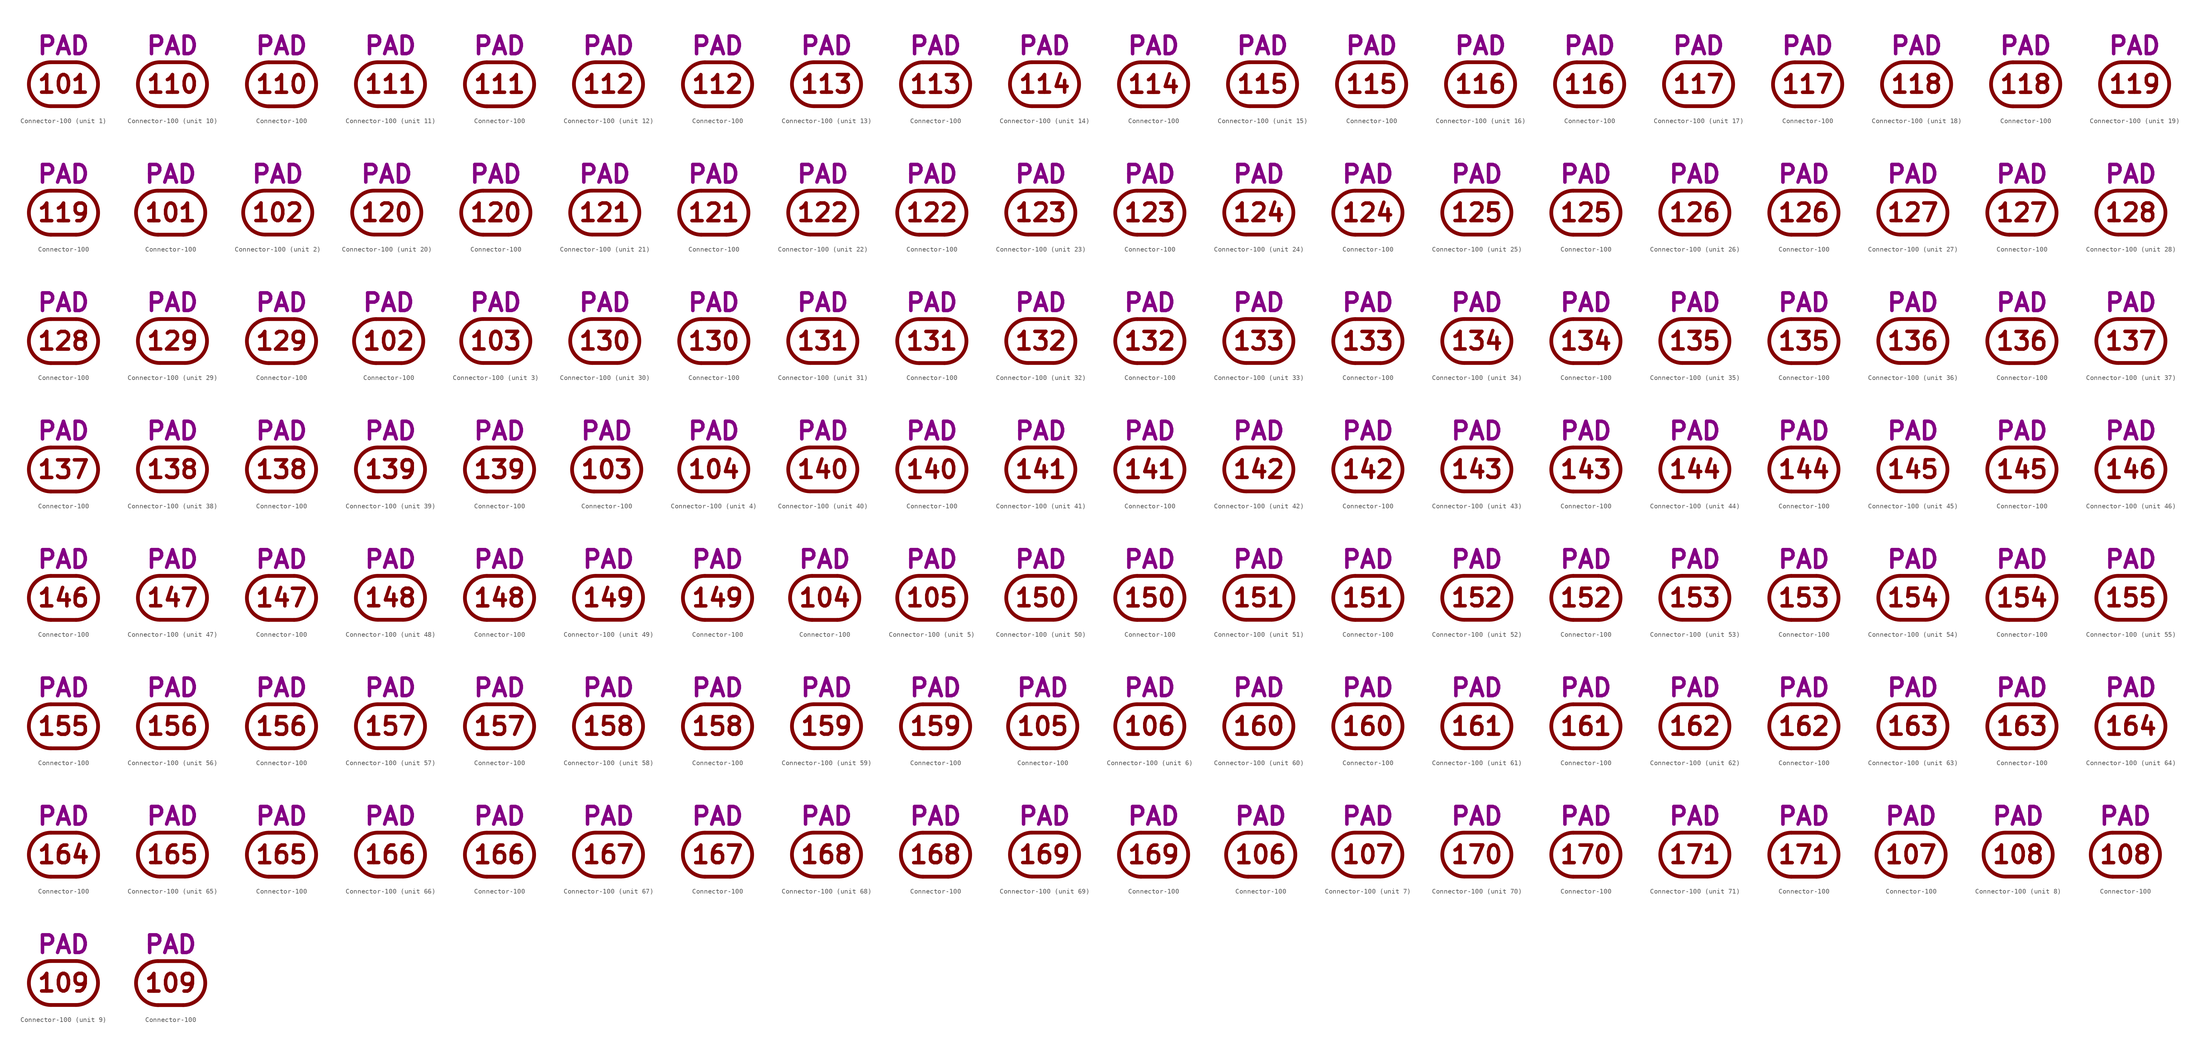
<source format=kicad_sym>
(kicad_symbol_lib
  (version 20211014)
  (generator kicad_symbol_editor)
  (symbol "Connector-100"
    (pin_numbers hide)
    (pin_names
      (offset 0) hide)
    (property "Reference" "J"
      (at 0 8.255 0)
      (effects (font (size 3.556 3.556)) hide))
    (property "Caption" "PAD"
      (at 0 5.715 0)
      (effects (font (size 3.556 3.556) bold) (justify bottom)))
    (property "ki_locked" ""
      (at 0 0 0)
      (effects (font (size 1.27 1.27))))
    (symbol "Connector-100_0_0"
      (arc (start -2.54 4.445) (mid -6.985 0) (end -2.54 -4.445) (stroke (width 0.762) (type default) (color 0 0 0 0)) (fill (type none)))
      (polyline (pts (xy -2.54 -4.445) (xy 2.54 -4.445)) (stroke (width 0.762) (type default) (color 0 0 0 0)) (fill (type none)))
      (polyline (pts (xy -2.54 4.445) (xy 2.54 4.445)) (stroke (width 0.762) (type default) (color 0 0 0 0)) (fill (type none)))
      (arc (start 2.54 -4.445) (mid 6.985 0) (end 2.54 4.445) (stroke (width 0.762) (type default) (color 0 0 0 0)) (fill (type none))))
    (symbol "Connector-100_1_0"
      (text "101" (at 0 0 0) (effects (font (size 3.556 3.556) bold))))
    (symbol "Connector-100_1_1"
      (pin passive line (at 6.985 0 180) (length 0) (name "101" (effects (font (size 3.556 3.556)))) (number "101" (effects (font (size 3.556 3.556))))))
    (symbol "Connector-100_1_2"
      (pin passive line (at 0 4.445 270) (length 0) (name "101" (effects (font (size 3.556 3.556)))) (number "101" (effects (font (size 3.556 3.556))))))
    (symbol "Connector-100_2_0"
      (text "102" (at 0 0 0) (effects (font (size 3.556 3.556) bold))))
    (symbol "Connector-100_2_1"
      (pin passive line (at 6.985 0 180) (length 0) (name "102" (effects (font (size 3.556 3.556)))) (number "102" (effects (font (size 3.556 3.556))))))
    (symbol "Connector-100_2_2"
      (pin passive line (at 0 4.445 270) (length 0) (name "102" (effects (font (size 3.556 3.556)))) (number "102" (effects (font (size 3.556 3.556))))))
    (symbol "Connector-100_3_0"
      (text "103" (at 0 0 0) (effects (font (size 3.556 3.556) bold))))
    (symbol "Connector-100_3_1"
      (pin passive line (at 6.985 0 180) (length 0) (name "103" (effects (font (size 3.556 3.556)))) (number "103" (effects (font (size 3.556 3.556))))))
    (symbol "Connector-100_3_2"
      (pin passive line (at 0 4.445 270) (length 0) (name "103" (effects (font (size 3.556 3.556)))) (number "103" (effects (font (size 3.556 3.556))))))
    (symbol "Connector-100_4_0"
      (text "104" (at 0 0 0) (effects (font (size 3.556 3.556) bold))))
    (symbol "Connector-100_4_1"
      (pin passive line (at 6.985 0 180) (length 0) (name "104" (effects (font (size 3.556 3.556)))) (number "104" (effects (font (size 3.556 3.556))))))
    (symbol "Connector-100_4_2"
      (pin passive line (at 0 4.445 270) (length 0) (name "104" (effects (font (size 3.556 3.556)))) (number "104" (effects (font (size 3.556 3.556))))))
    (symbol "Connector-100_5_0"
      (text "105" (at 0 0 0) (effects (font (size 3.556 3.556) bold))))
    (symbol "Connector-100_5_1"
      (pin passive line (at 6.985 0 180) (length 0) (name "105" (effects (font (size 3.556 3.556)))) (number "105" (effects (font (size 3.556 3.556))))))
    (symbol "Connector-100_5_2"
      (pin passive line (at 0 4.445 270) (length 0) (name "105" (effects (font (size 3.556 3.556)))) (number "105" (effects (font (size 3.556 3.556))))))
    (symbol "Connector-100_6_0"
      (text "106" (at 0 0 0) (effects (font (size 3.556 3.556) bold))))
    (symbol "Connector-100_6_1"
      (pin passive line (at 6.985 0 180) (length 0) (name "106" (effects (font (size 3.556 3.556)))) (number "106" (effects (font (size 3.556 3.556))))))
    (symbol "Connector-100_6_2"
      (pin passive line (at 0 4.445 270) (length 0) (name "106" (effects (font (size 3.556 3.556)))) (number "106" (effects (font (size 3.556 3.556))))))
    (symbol "Connector-100_7_0"
      (text "107" (at 0 0 0) (effects (font (size 3.556 3.556) bold))))
    (symbol "Connector-100_7_1"
      (pin passive line (at 6.985 0 180) (length 0) (name "107" (effects (font (size 3.556 3.556)))) (number "107" (effects (font (size 3.556 3.556))))))
    (symbol "Connector-100_7_2"
      (pin passive line (at 0 4.445 270) (length 0) (name "107" (effects (font (size 3.556 3.556)))) (number "107" (effects (font (size 3.556 3.556))))))
    (symbol "Connector-100_8_0"
      (text "108" (at 0 0 0) (effects (font (size 3.556 3.556) bold))))
    (symbol "Connector-100_8_1"
      (pin passive line (at 6.985 0 180) (length 0) (name "108" (effects (font (size 3.556 3.556)))) (number "108" (effects (font (size 3.556 3.556))))))
    (symbol "Connector-100_8_2"
      (pin passive line (at 0 4.445 270) (length 0) (name "108" (effects (font (size 3.556 3.556)))) (number "108" (effects (font (size 3.556 3.556))))))
    (symbol "Connector-100_9_0"
      (text "109" (at 0 0 0) (effects (font (size 3.556 3.556) bold))))
    (symbol "Connector-100_9_1"
      (pin passive line (at 6.985 0 180) (length 0) (name "109" (effects (font (size 3.556 3.556)))) (number "109" (effects (font (size 3.556 3.556))))))
    (symbol "Connector-100_9_2"
      (pin passive line (at 0 4.445 270) (length 0) (name "109" (effects (font (size 3.556 3.556)))) (number "109" (effects (font (size 3.556 3.556))))))
    (symbol "Connector-100_10_0"
      (text "110" (at 0 0 0) (effects (font (size 3.556 3.556) bold))))
    (symbol "Connector-100_10_1"
      (pin passive line (at 6.985 0 180) (length 0) (name "110" (effects (font (size 3.556 3.556)))) (number "110" (effects (font (size 3.556 3.556))))))
    (symbol "Connector-100_10_2"
      (pin passive line (at 0 4.445 270) (length 0) (name "110" (effects (font (size 3.556 3.556)))) (number "110" (effects (font (size 3.556 3.556))))))
    (symbol "Connector-100_11_0"
      (text "111" (at 0 0 0) (effects (font (size 3.556 3.556) bold))))
    (symbol "Connector-100_11_1"
      (pin passive line (at 6.985 0 180) (length 0) (name "111" (effects (font (size 3.556 3.556)))) (number "111" (effects (font (size 3.556 3.556))))))
    (symbol "Connector-100_11_2"
      (pin passive line (at 0 4.445 270) (length 0) (name "111" (effects (font (size 3.556 3.556)))) (number "111" (effects (font (size 3.556 3.556))))))
    (symbol "Connector-100_12_0"
      (text "112" (at 0 0 0) (effects (font (size 3.556 3.556) bold))))
    (symbol "Connector-100_12_1"
      (pin passive line (at 6.985 0 180) (length 0) (name "112" (effects (font (size 3.556 3.556)))) (number "112" (effects (font (size 3.556 3.556))))))
    (symbol "Connector-100_12_2"
      (pin passive line (at 0 4.445 270) (length 0) (name "112" (effects (font (size 3.556 3.556)))) (number "112" (effects (font (size 3.556 3.556))))))
    (symbol "Connector-100_13_0"
      (text "113" (at 0 0 0) (effects (font (size 3.556 3.556) bold))))
    (symbol "Connector-100_13_1"
      (pin passive line (at 6.985 0 180) (length 0) (name "113" (effects (font (size 3.556 3.556)))) (number "113" (effects (font (size 3.556 3.556))))))
    (symbol "Connector-100_13_2"
      (pin passive line (at 0 4.445 270) (length 0) (name "113" (effects (font (size 3.556 3.556)))) (number "113" (effects (font (size 3.556 3.556))))))
    (symbol "Connector-100_14_0"
      (text "114" (at 0 0 0) (effects (font (size 3.556 3.556) bold))))
    (symbol "Connector-100_14_1"
      (pin passive line (at 6.985 0 180) (length 0) (name "114" (effects (font (size 3.556 3.556)))) (number "114" (effects (font (size 3.556 3.556))))))
    (symbol "Connector-100_14_2"
      (pin passive line (at 0 4.445 270) (length 0) (name "114" (effects (font (size 3.556 3.556)))) (number "114" (effects (font (size 3.556 3.556))))))
    (symbol "Connector-100_15_0"
      (text "115" (at 0 0 0) (effects (font (size 3.556 3.556) bold))))
    (symbol "Connector-100_15_1"
      (pin passive line (at 6.985 0 180) (length 0) (name "115" (effects (font (size 3.556 3.556)))) (number "115" (effects (font (size 3.556 3.556))))))
    (symbol "Connector-100_15_2"
      (pin passive line (at 0 4.445 270) (length 0) (name "115" (effects (font (size 3.556 3.556)))) (number "115" (effects (font (size 3.556 3.556))))))
    (symbol "Connector-100_16_0"
      (text "116" (at 0 0 0) (effects (font (size 3.556 3.556) bold))))
    (symbol "Connector-100_16_1"
      (pin passive line (at 6.985 0 180) (length 0) (name "116" (effects (font (size 3.556 3.556)))) (number "116" (effects (font (size 3.556 3.556))))))
    (symbol "Connector-100_16_2"
      (pin passive line (at 0 4.445 270) (length 0) (name "116" (effects (font (size 3.556 3.556)))) (number "116" (effects (font (size 3.556 3.556))))))
    (symbol "Connector-100_17_0"
      (text "117" (at 0 0 0) (effects (font (size 3.556 3.556) bold))))
    (symbol "Connector-100_17_1"
      (pin passive line (at 6.985 0 180) (length 0) (name "117" (effects (font (size 3.556 3.556)))) (number "117" (effects (font (size 3.556 3.556))))))
    (symbol "Connector-100_17_2"
      (pin passive line (at 0 4.445 270) (length 0) (name "117" (effects (font (size 3.556 3.556)))) (number "117" (effects (font (size 3.556 3.556))))))
    (symbol "Connector-100_18_0"
      (text "118" (at 0 0 0) (effects (font (size 3.556 3.556) bold))))
    (symbol "Connector-100_18_1"
      (pin passive line (at 6.985 0 180) (length 0) (name "118" (effects (font (size 3.556 3.556)))) (number "118" (effects (font (size 3.556 3.556))))))
    (symbol "Connector-100_18_2"
      (pin passive line (at 0 4.445 270) (length 0) (name "118" (effects (font (size 3.556 3.556)))) (number "118" (effects (font (size 3.556 3.556))))))
    (symbol "Connector-100_19_0"
      (text "119" (at 0 0 0) (effects (font (size 3.556 3.556) bold))))
    (symbol "Connector-100_19_1"
      (pin passive line (at 6.985 0 180) (length 0) (name "119" (effects (font (size 3.556 3.556)))) (number "119" (effects (font (size 3.556 3.556))))))
    (symbol "Connector-100_19_2"
      (pin passive line (at 0 4.445 270) (length 0) (name "119" (effects (font (size 3.556 3.556)))) (number "119" (effects (font (size 3.556 3.556))))))
    (symbol "Connector-100_20_0"
      (text "120" (at 0 0 0) (effects (font (size 3.556 3.556) bold))))
    (symbol "Connector-100_20_1"
      (pin passive line (at 6.985 0 180) (length 0) (name "120" (effects (font (size 3.556 3.556)))) (number "120" (effects (font (size 3.556 3.556))))))
    (symbol "Connector-100_20_2"
      (pin passive line (at 0 4.445 270) (length 0) (name "120" (effects (font (size 3.556 3.556)))) (number "120" (effects (font (size 3.556 3.556))))))
    (symbol "Connector-100_21_0"
      (text "121" (at 0 0 0) (effects (font (size 3.556 3.556) bold))))
    (symbol "Connector-100_21_1"
      (pin passive line (at 6.985 0 180) (length 0) (name "121" (effects (font (size 3.556 3.556)))) (number "121" (effects (font (size 3.556 3.556))))))
    (symbol "Connector-100_21_2"
      (pin passive line (at 0 4.445 270) (length 0) (name "121" (effects (font (size 3.556 3.556)))) (number "121" (effects (font (size 3.556 3.556))))))
    (symbol "Connector-100_22_0"
      (text "122" (at 0 0 0) (effects (font (size 3.556 3.556) bold))))
    (symbol "Connector-100_22_1"
      (pin passive line (at 6.985 0 180) (length 0) (name "122" (effects (font (size 3.556 3.556)))) (number "122" (effects (font (size 3.556 3.556))))))
    (symbol "Connector-100_22_2"
      (pin passive line (at 0 4.445 270) (length 0) (name "122" (effects (font (size 3.556 3.556)))) (number "122" (effects (font (size 3.556 3.556))))))
    (symbol "Connector-100_23_0"
      (text "123" (at 0 0 0) (effects (font (size 3.556 3.556) bold))))
    (symbol "Connector-100_23_1"
      (pin passive line (at 6.985 0 180) (length 0) (name "123" (effects (font (size 3.556 3.556)))) (number "123" (effects (font (size 3.556 3.556))))))
    (symbol "Connector-100_23_2"
      (pin passive line (at 0 4.445 270) (length 0) (name "123" (effects (font (size 3.556 3.556)))) (number "123" (effects (font (size 3.556 3.556))))))
    (symbol "Connector-100_24_0"
      (text "124" (at 0 0 0) (effects (font (size 3.556 3.556) bold))))
    (symbol "Connector-100_24_1"
      (pin passive line (at 6.985 0 180) (length 0) (name "124" (effects (font (size 3.556 3.556)))) (number "124" (effects (font (size 3.556 3.556))))))
    (symbol "Connector-100_24_2"
      (pin passive line (at 0 4.445 270) (length 0) (name "124" (effects (font (size 3.556 3.556)))) (number "124" (effects (font (size 3.556 3.556))))))
    (symbol "Connector-100_25_0"
      (text "125" (at 0 0 0) (effects (font (size 3.556 3.556) bold))))
    (symbol "Connector-100_25_1"
      (pin passive line (at 6.985 0 180) (length 0) (name "125" (effects (font (size 3.556 3.556)))) (number "125" (effects (font (size 3.556 3.556))))))
    (symbol "Connector-100_25_2"
      (pin passive line (at 0 4.445 270) (length 0) (name "125" (effects (font (size 3.556 3.556)))) (number "125" (effects (font (size 3.556 3.556))))))
    (symbol "Connector-100_26_0"
      (text "126" (at 0 0 0) (effects (font (size 3.556 3.556) bold))))
    (symbol "Connector-100_26_1"
      (pin passive line (at 6.985 0 180) (length 0) (name "126" (effects (font (size 3.556 3.556)))) (number "126" (effects (font (size 3.556 3.556))))))
    (symbol "Connector-100_26_2"
      (pin passive line (at 0 4.445 270) (length 0) (name "126" (effects (font (size 3.556 3.556)))) (number "126" (effects (font (size 3.556 3.556))))))
    (symbol "Connector-100_27_0"
      (text "127" (at 0 0 0) (effects (font (size 3.556 3.556) bold))))
    (symbol "Connector-100_27_1"
      (pin passive line (at 6.985 0 180) (length 0) (name "127" (effects (font (size 3.556 3.556)))) (number "127" (effects (font (size 3.556 3.556))))))
    (symbol "Connector-100_27_2"
      (pin passive line (at 0 4.445 270) (length 0) (name "127" (effects (font (size 3.556 3.556)))) (number "127" (effects (font (size 3.556 3.556))))))
    (symbol "Connector-100_28_0"
      (text "128" (at 0 0 0) (effects (font (size 3.556 3.556) bold))))
    (symbol "Connector-100_28_1"
      (pin passive line (at 6.985 0 180) (length 0) (name "128" (effects (font (size 3.556 3.556)))) (number "128" (effects (font (size 3.556 3.556))))))
    (symbol "Connector-100_28_2"
      (pin passive line (at 0 4.445 270) (length 0) (name "128" (effects (font (size 3.556 3.556)))) (number "128" (effects (font (size 3.556 3.556))))))
    (symbol "Connector-100_29_0"
      (text "129" (at 0 0 0) (effects (font (size 3.556 3.556) bold))))
    (symbol "Connector-100_29_1"
      (pin passive line (at 6.985 0 180) (length 0) (name "129" (effects (font (size 3.556 3.556)))) (number "129" (effects (font (size 3.556 3.556))))))
    (symbol "Connector-100_29_2"
      (pin passive line (at 0 4.445 270) (length 0) (name "129" (effects (font (size 3.556 3.556)))) (number "129" (effects (font (size 3.556 3.556))))))
    (symbol "Connector-100_30_0"
      (text "130" (at 0 0 0) (effects (font (size 3.556 3.556) bold))))
    (symbol "Connector-100_30_1"
      (pin passive line (at 6.985 0 180) (length 0) (name "130" (effects (font (size 3.556 3.556)))) (number "130" (effects (font (size 3.556 3.556))))))
    (symbol "Connector-100_30_2"
      (pin passive line (at 0 4.445 270) (length 0) (name "130" (effects (font (size 3.556 3.556)))) (number "130" (effects (font (size 3.556 3.556))))))
    (symbol "Connector-100_31_0"
      (text "131" (at 0 0 0) (effects (font (size 3.556 3.556) bold))))
    (symbol "Connector-100_31_1"
      (pin passive line (at 6.985 0 180) (length 0) (name "131" (effects (font (size 3.556 3.556)))) (number "131" (effects (font (size 3.556 3.556))))))
    (symbol "Connector-100_31_2"
      (pin passive line (at 0 4.445 270) (length 0) (name "131" (effects (font (size 3.556 3.556)))) (number "131" (effects (font (size 3.556 3.556))))))
    (symbol "Connector-100_32_0"
      (text "132" (at 0 0 0) (effects (font (size 3.556 3.556) bold))))
    (symbol "Connector-100_32_1"
      (pin passive line (at 6.985 0 180) (length 0) (name "132" (effects (font (size 3.556 3.556)))) (number "132" (effects (font (size 3.556 3.556))))))
    (symbol "Connector-100_32_2"
      (pin passive line (at 0 4.445 270) (length 0) (name "132" (effects (font (size 3.556 3.556)))) (number "132" (effects (font (size 3.556 3.556))))))
    (symbol "Connector-100_33_0"
      (text "133" (at 0 0 0) (effects (font (size 3.556 3.556) bold))))
    (symbol "Connector-100_33_1"
      (pin passive line (at 6.985 0 180) (length 0) (name "133" (effects (font (size 3.556 3.556)))) (number "133" (effects (font (size 3.556 3.556))))))
    (symbol "Connector-100_33_2"
      (pin passive line (at 0 4.445 270) (length 0) (name "133" (effects (font (size 3.556 3.556)))) (number "133" (effects (font (size 3.556 3.556))))))
    (symbol "Connector-100_34_0"
      (text "134" (at 0 0 0) (effects (font (size 3.556 3.556) bold))))
    (symbol "Connector-100_34_1"
      (pin passive line (at 6.985 0 180) (length 0) (name "134" (effects (font (size 3.556 3.556)))) (number "134" (effects (font (size 3.556 3.556))))))
    (symbol "Connector-100_34_2"
      (pin passive line (at 0 4.445 270) (length 0) (name "134" (effects (font (size 3.556 3.556)))) (number "134" (effects (font (size 3.556 3.556))))))
    (symbol "Connector-100_35_0"
      (text "135" (at 0 0 0) (effects (font (size 3.556 3.556) bold))))
    (symbol "Connector-100_35_1"
      (pin passive line (at 6.985 0 180) (length 0) (name "135" (effects (font (size 3.556 3.556)))) (number "135" (effects (font (size 3.556 3.556))))))
    (symbol "Connector-100_35_2"
      (pin passive line (at 0 4.445 270) (length 0) (name "135" (effects (font (size 3.556 3.556)))) (number "135" (effects (font (size 3.556 3.556))))))
    (symbol "Connector-100_36_0"
      (text "136" (at 0 0 0) (effects (font (size 3.556 3.556) bold))))
    (symbol "Connector-100_36_1"
      (pin passive line (at 6.985 0 180) (length 0) (name "136" (effects (font (size 3.556 3.556)))) (number "136" (effects (font (size 3.556 3.556))))))
    (symbol "Connector-100_36_2"
      (pin passive line (at 0 4.445 270) (length 0) (name "136" (effects (font (size 3.556 3.556)))) (number "136" (effects (font (size 3.556 3.556))))))
    (symbol "Connector-100_37_0"
      (text "137" (at 0 0 0) (effects (font (size 3.556 3.556) bold))))
    (symbol "Connector-100_37_1"
      (pin passive line (at 6.985 0 180) (length 0) (name "137" (effects (font (size 3.556 3.556)))) (number "137" (effects (font (size 3.556 3.556))))))
    (symbol "Connector-100_37_2"
      (pin passive line (at 0 4.445 270) (length 0) (name "137" (effects (font (size 3.556 3.556)))) (number "137" (effects (font (size 3.556 3.556))))))
    (symbol "Connector-100_38_0"
      (text "138" (at 0 0 0) (effects (font (size 3.556 3.556) bold))))
    (symbol "Connector-100_38_1"
      (pin passive line (at 6.985 0 180) (length 0) (name "138" (effects (font (size 3.556 3.556)))) (number "138" (effects (font (size 3.556 3.556))))))
    (symbol "Connector-100_38_2"
      (pin passive line (at 0 4.445 270) (length 0) (name "138" (effects (font (size 3.556 3.556)))) (number "138" (effects (font (size 3.556 3.556))))))
    (symbol "Connector-100_39_0"
      (text "139" (at 0 0 0) (effects (font (size 3.556 3.556) bold))))
    (symbol "Connector-100_39_1"
      (pin passive line (at 6.985 0 180) (length 0) (name "139" (effects (font (size 3.556 3.556)))) (number "139" (effects (font (size 3.556 3.556))))))
    (symbol "Connector-100_39_2"
      (pin passive line (at 0 4.445 270) (length 0) (name "139" (effects (font (size 3.556 3.556)))) (number "139" (effects (font (size 3.556 3.556))))))
    (symbol "Connector-100_40_0"
      (text "140" (at 0 0 0) (effects (font (size 3.556 3.556) bold))))
    (symbol "Connector-100_40_1"
      (pin passive line (at 6.985 0 180) (length 0) (name "140" (effects (font (size 3.556 3.556)))) (number "140" (effects (font (size 3.556 3.556))))))
    (symbol "Connector-100_40_2"
      (pin passive line (at 0 4.445 270) (length 0) (name "140" (effects (font (size 3.556 3.556)))) (number "140" (effects (font (size 3.556 3.556))))))
    (symbol "Connector-100_41_0"
      (text "141" (at 0 0 0) (effects (font (size 3.556 3.556) bold))))
    (symbol "Connector-100_41_1"
      (pin passive line (at 6.985 0 180) (length 0) (name "141" (effects (font (size 3.556 3.556)))) (number "141" (effects (font (size 3.556 3.556))))))
    (symbol "Connector-100_41_2"
      (pin passive line (at 0 4.445 270) (length 0) (name "141" (effects (font (size 3.556 3.556)))) (number "141" (effects (font (size 3.556 3.556))))))
    (symbol "Connector-100_42_0"
      (text "142" (at 0 0 0) (effects (font (size 3.556 3.556) bold))))
    (symbol "Connector-100_42_1"
      (pin passive line (at 6.985 0 180) (length 0) (name "142" (effects (font (size 3.556 3.556)))) (number "142" (effects (font (size 3.556 3.556))))))
    (symbol "Connector-100_42_2"
      (pin passive line (at 0 4.445 270) (length 0) (name "142" (effects (font (size 3.556 3.556)))) (number "142" (effects (font (size 3.556 3.556))))))
    (symbol "Connector-100_43_0"
      (text "143" (at 0 0 0) (effects (font (size 3.556 3.556) bold))))
    (symbol "Connector-100_43_1"
      (pin passive line (at 6.985 0 180) (length 0) (name "143" (effects (font (size 3.556 3.556)))) (number "143" (effects (font (size 3.556 3.556))))))
    (symbol "Connector-100_43_2"
      (pin passive line (at 0 4.445 270) (length 0) (name "143" (effects (font (size 3.556 3.556)))) (number "143" (effects (font (size 3.556 3.556))))))
    (symbol "Connector-100_44_0"
      (text "144" (at 0 0 0) (effects (font (size 3.556 3.556) bold))))
    (symbol "Connector-100_44_1"
      (pin passive line (at 6.985 0 180) (length 0) (name "144" (effects (font (size 3.556 3.556)))) (number "144" (effects (font (size 3.556 3.556))))))
    (symbol "Connector-100_44_2"
      (pin passive line (at 0 4.445 270) (length 0) (name "144" (effects (font (size 3.556 3.556)))) (number "144" (effects (font (size 3.556 3.556))))))
    (symbol "Connector-100_45_0"
      (text "145" (at 0 0 0) (effects (font (size 3.556 3.556) bold))))
    (symbol "Connector-100_45_1"
      (pin passive line (at 6.985 0 180) (length 0) (name "145" (effects (font (size 3.556 3.556)))) (number "145" (effects (font (size 3.556 3.556))))))
    (symbol "Connector-100_45_2"
      (pin passive line (at 0 4.445 270) (length 0) (name "145" (effects (font (size 3.556 3.556)))) (number "145" (effects (font (size 3.556 3.556))))))
    (symbol "Connector-100_46_0"
      (text "146" (at 0 0 0) (effects (font (size 3.556 3.556) bold))))
    (symbol "Connector-100_46_1"
      (pin passive line (at 6.985 0 180) (length 0) (name "146" (effects (font (size 3.556 3.556)))) (number "146" (effects (font (size 3.556 3.556))))))
    (symbol "Connector-100_46_2"
      (pin passive line (at 0 4.445 270) (length 0) (name "146" (effects (font (size 3.556 3.556)))) (number "146" (effects (font (size 3.556 3.556))))))
    (symbol "Connector-100_47_0"
      (text "147" (at 0 0 0) (effects (font (size 3.556 3.556) bold))))
    (symbol "Connector-100_47_1"
      (pin passive line (at 6.985 0 180) (length 0) (name "147" (effects (font (size 3.556 3.556)))) (number "147" (effects (font (size 3.556 3.556))))))
    (symbol "Connector-100_47_2"
      (pin passive line (at 0 4.445 270) (length 0) (name "147" (effects (font (size 3.556 3.556)))) (number "147" (effects (font (size 3.556 3.556))))))
    (symbol "Connector-100_48_0"
      (text "148" (at 0 0 0) (effects (font (size 3.556 3.556) bold))))
    (symbol "Connector-100_48_1"
      (pin passive line (at 6.985 0 180) (length 0) (name "148" (effects (font (size 3.556 3.556)))) (number "148" (effects (font (size 3.556 3.556))))))
    (symbol "Connector-100_48_2"
      (pin passive line (at 0 4.445 270) (length 0) (name "148" (effects (font (size 3.556 3.556)))) (number "148" (effects (font (size 3.556 3.556))))))
    (symbol "Connector-100_49_0"
      (text "149" (at 0 0 0) (effects (font (size 3.556 3.556) bold))))
    (symbol "Connector-100_49_1"
      (pin passive line (at 6.985 0 180) (length 0) (name "149" (effects (font (size 3.556 3.556)))) (number "149" (effects (font (size 3.556 3.556))))))
    (symbol "Connector-100_49_2"
      (pin passive line (at 0 4.445 270) (length 0) (name "149" (effects (font (size 3.556 3.556)))) (number "149" (effects (font (size 3.556 3.556))))))
    (symbol "Connector-100_50_0"
      (text "150" (at 0 0 0) (effects (font (size 3.556 3.556) bold))))
    (symbol "Connector-100_50_1"
      (pin passive line (at 6.985 0 180) (length 0) (name "150" (effects (font (size 3.556 3.556)))) (number "150" (effects (font (size 3.556 3.556))))))
    (symbol "Connector-100_50_2"
      (pin passive line (at 0 4.445 270) (length 0) (name "150" (effects (font (size 3.556 3.556)))) (number "150" (effects (font (size 3.556 3.556))))))
    (symbol "Connector-100_51_0"
      (text "151" (at 0 0 0) (effects (font (size 3.556 3.556) bold))))
    (symbol "Connector-100_51_1"
      (pin passive line (at 6.985 0 180) (length 0) (name "151" (effects (font (size 3.556 3.556)))) (number "151" (effects (font (size 3.556 3.556))))))
    (symbol "Connector-100_51_2"
      (pin passive line (at 0 4.445 270) (length 0) (name "151" (effects (font (size 3.556 3.556)))) (number "151" (effects (font (size 3.556 3.556))))))
    (symbol "Connector-100_52_0"
      (text "152" (at 0 0 0) (effects (font (size 3.556 3.556) bold))))
    (symbol "Connector-100_52_1"
      (pin passive line (at 6.985 0 180) (length 0) (name "152" (effects (font (size 3.556 3.556)))) (number "152" (effects (font (size 3.556 3.556))))))
    (symbol "Connector-100_52_2"
      (pin passive line (at 0 4.445 270) (length 0) (name "152" (effects (font (size 3.556 3.556)))) (number "152" (effects (font (size 3.556 3.556))))))
    (symbol "Connector-100_53_0"
      (text "153" (at 0 0 0) (effects (font (size 3.556 3.556) bold))))
    (symbol "Connector-100_53_1"
      (pin passive line (at 6.985 0 180) (length 0) (name "153" (effects (font (size 3.556 3.556)))) (number "153" (effects (font (size 3.556 3.556))))))
    (symbol "Connector-100_53_2"
      (pin passive line (at 0 4.445 270) (length 0) (name "153" (effects (font (size 3.556 3.556)))) (number "153" (effects (font (size 3.556 3.556))))))
    (symbol "Connector-100_54_0"
      (text "154" (at 0 0 0) (effects (font (size 3.556 3.556) bold))))
    (symbol "Connector-100_54_1"
      (pin passive line (at 6.985 0 180) (length 0) (name "154" (effects (font (size 3.556 3.556)))) (number "154" (effects (font (size 3.556 3.556))))))
    (symbol "Connector-100_54_2"
      (pin passive line (at 0 4.445 270) (length 0) (name "154" (effects (font (size 3.556 3.556)))) (number "154" (effects (font (size 3.556 3.556))))))
    (symbol "Connector-100_55_0"
      (text "155" (at 0 0 0) (effects (font (size 3.556 3.556) bold))))
    (symbol "Connector-100_55_1"
      (pin passive line (at 6.985 0 180) (length 0) (name "155" (effects (font (size 3.556 3.556)))) (number "155" (effects (font (size 3.556 3.556))))))
    (symbol "Connector-100_55_2"
      (pin passive line (at 0 4.445 270) (length 0) (name "155" (effects (font (size 3.556 3.556)))) (number "155" (effects (font (size 3.556 3.556))))))
    (symbol "Connector-100_56_0"
      (text "156" (at 0 0 0) (effects (font (size 3.556 3.556) bold))))
    (symbol "Connector-100_56_1"
      (pin passive line (at 6.985 0 180) (length 0) (name "156" (effects (font (size 3.556 3.556)))) (number "156" (effects (font (size 3.556 3.556))))))
    (symbol "Connector-100_56_2"
      (pin passive line (at 0 4.445 270) (length 0) (name "156" (effects (font (size 3.556 3.556)))) (number "156" (effects (font (size 3.556 3.556))))))
    (symbol "Connector-100_57_0"
      (text "157" (at 0 0 0) (effects (font (size 3.556 3.556) bold))))
    (symbol "Connector-100_57_1"
      (pin passive line (at 6.985 0 180) (length 0) (name "157" (effects (font (size 3.556 3.556)))) (number "157" (effects (font (size 3.556 3.556))))))
    (symbol "Connector-100_57_2"
      (pin passive line (at 0 4.445 270) (length 0) (name "157" (effects (font (size 3.556 3.556)))) (number "157" (effects (font (size 3.556 3.556))))))
    (symbol "Connector-100_58_0"
      (text "158" (at 0 0 0) (effects (font (size 3.556 3.556) bold))))
    (symbol "Connector-100_58_1"
      (pin passive line (at 6.985 0 180) (length 0) (name "158" (effects (font (size 3.556 3.556)))) (number "158" (effects (font (size 3.556 3.556))))))
    (symbol "Connector-100_58_2"
      (pin passive line (at 0 4.445 270) (length 0) (name "158" (effects (font (size 3.556 3.556)))) (number "158" (effects (font (size 3.556 3.556))))))
    (symbol "Connector-100_59_0"
      (text "159" (at 0 0 0) (effects (font (size 3.556 3.556) bold))))
    (symbol "Connector-100_59_1"
      (pin passive line (at 6.985 0 180) (length 0) (name "159" (effects (font (size 3.556 3.556)))) (number "159" (effects (font (size 3.556 3.556))))))
    (symbol "Connector-100_59_2"
      (pin passive line (at 0 4.445 270) (length 0) (name "159" (effects (font (size 3.556 3.556)))) (number "159" (effects (font (size 3.556 3.556))))))
    (symbol "Connector-100_60_0"
      (text "160" (at 0 0 0) (effects (font (size 3.556 3.556) bold))))
    (symbol "Connector-100_60_1"
      (pin passive line (at 6.985 0 180) (length 0) (name "160" (effects (font (size 3.556 3.556)))) (number "160" (effects (font (size 3.556 3.556))))))
    (symbol "Connector-100_60_2"
      (pin passive line (at 0 4.445 270) (length 0) (name "160" (effects (font (size 3.556 3.556)))) (number "160" (effects (font (size 3.556 3.556))))))
    (symbol "Connector-100_61_0"
      (text "161" (at 0 0 0) (effects (font (size 3.556 3.556) bold))))
    (symbol "Connector-100_61_1"
      (pin passive line (at 6.985 0 180) (length 0) (name "161" (effects (font (size 3.556 3.556)))) (number "161" (effects (font (size 3.556 3.556))))))
    (symbol "Connector-100_61_2"
      (pin passive line (at 0 4.445 270) (length 0) (name "161" (effects (font (size 3.556 3.556)))) (number "161" (effects (font (size 3.556 3.556))))))
    (symbol "Connector-100_62_0"
      (text "162" (at 0 0 0) (effects (font (size 3.556 3.556) bold))))
    (symbol "Connector-100_62_1"
      (pin passive line (at 6.985 0 180) (length 0) (name "162" (effects (font (size 3.556 3.556)))) (number "162" (effects (font (size 3.556 3.556))))))
    (symbol "Connector-100_62_2"
      (pin passive line (at 0 4.445 270) (length 0) (name "162" (effects (font (size 3.556 3.556)))) (number "162" (effects (font (size 3.556 3.556))))))
    (symbol "Connector-100_63_0"
      (text "163" (at 0 0 0) (effects (font (size 3.556 3.556) bold))))
    (symbol "Connector-100_63_1"
      (pin passive line (at 6.985 0 180) (length 0) (name "163" (effects (font (size 3.556 3.556)))) (number "163" (effects (font (size 3.556 3.556))))))
    (symbol "Connector-100_63_2"
      (pin passive line (at 0 4.445 270) (length 0) (name "163" (effects (font (size 3.556 3.556)))) (number "163" (effects (font (size 3.556 3.556))))))
    (symbol "Connector-100_64_0"
      (text "164" (at 0 0 0) (effects (font (size 3.556 3.556) bold))))
    (symbol "Connector-100_64_1"
      (pin passive line (at 6.985 0 180) (length 0) (name "164" (effects (font (size 3.556 3.556)))) (number "164" (effects (font (size 3.556 3.556))))))
    (symbol "Connector-100_64_2"
      (pin passive line (at 0 4.445 270) (length 0) (name "164" (effects (font (size 3.556 3.556)))) (number "164" (effects (font (size 3.556 3.556))))))
    (symbol "Connector-100_65_0"
      (text "165" (at 0 0 0) (effects (font (size 3.556 3.556) bold))))
    (symbol "Connector-100_65_1"
      (pin passive line (at 6.985 0 180) (length 0) (name "165" (effects (font (size 3.556 3.556)))) (number "165" (effects (font (size 3.556 3.556))))))
    (symbol "Connector-100_65_2"
      (pin passive line (at 0 4.445 270) (length 0) (name "165" (effects (font (size 3.556 3.556)))) (number "165" (effects (font (size 3.556 3.556))))))
    (symbol "Connector-100_66_0"
      (text "166" (at 0 0 0) (effects (font (size 3.556 3.556) bold))))
    (symbol "Connector-100_66_1"
      (pin passive line (at 6.985 0 180) (length 0) (name "166" (effects (font (size 3.556 3.556)))) (number "166" (effects (font (size 3.556 3.556))))))
    (symbol "Connector-100_66_2"
      (pin passive line (at 0 4.445 270) (length 0) (name "166" (effects (font (size 3.556 3.556)))) (number "166" (effects (font (size 3.556 3.556))))))
    (symbol "Connector-100_67_0"
      (text "167" (at 0 0 0) (effects (font (size 3.556 3.556) bold))))
    (symbol "Connector-100_67_1"
      (pin passive line (at 6.985 0 180) (length 0) (name "167" (effects (font (size 3.556 3.556)))) (number "167" (effects (font (size 3.556 3.556))))))
    (symbol "Connector-100_67_2"
      (pin passive line (at 0 4.445 270) (length 0) (name "167" (effects (font (size 3.556 3.556)))) (number "167" (effects (font (size 3.556 3.556))))))
    (symbol "Connector-100_68_0"
      (text "168" (at 0 0 0) (effects (font (size 3.556 3.556) bold))))
    (symbol "Connector-100_68_1"
      (pin passive line (at 6.985 0 180) (length 0) (name "168" (effects (font (size 3.556 3.556)))) (number "168" (effects (font (size 3.556 3.556))))))
    (symbol "Connector-100_68_2"
      (pin passive line (at 0 4.445 270) (length 0) (name "168" (effects (font (size 3.556 3.556)))) (number "168" (effects (font (size 3.556 3.556))))))
    (symbol "Connector-100_69_0"
      (text "169" (at 0 0 0) (effects (font (size 3.556 3.556) bold))))
    (symbol "Connector-100_69_1"
      (pin passive line (at 6.985 0 180) (length 0) (name "169" (effects (font (size 3.556 3.556)))) (number "169" (effects (font (size 3.556 3.556))))))
    (symbol "Connector-100_69_2"
      (pin passive line (at 0 4.445 270) (length 0) (name "169" (effects (font (size 3.556 3.556)))) (number "169" (effects (font (size 3.556 3.556))))))
    (symbol "Connector-100_70_0"
      (text "170" (at 0 0 0) (effects (font (size 3.556 3.556) bold))))
    (symbol "Connector-100_70_1"
      (pin passive line (at 6.985 0 180) (length 0) (name "170" (effects (font (size 3.556 3.556)))) (number "170" (effects (font (size 3.556 3.556))))))
    (symbol "Connector-100_70_2"
      (pin passive line (at 0 4.445 270) (length 0) (name "170" (effects (font (size 3.556 3.556)))) (number "170" (effects (font (size 3.556 3.556))))))
    (symbol "Connector-100_71_0"
      (text "171" (at 0 0 0) (effects (font (size 3.556 3.556) bold))))
    (symbol "Connector-100_71_1"
      (pin passive line (at 6.985 0 180) (length 0) (name "171" (effects (font (size 3.556 3.556)))) (number "171" (effects (font (size 3.556 3.556))))))
    (symbol "Connector-100_71_2"
      (pin passive line (at 0 4.445 270) (length 0) (name "171" (effects (font (size 3.556 3.556)))) (number "171" (effects (font (size 3.556 3.556))))))))
</source>
